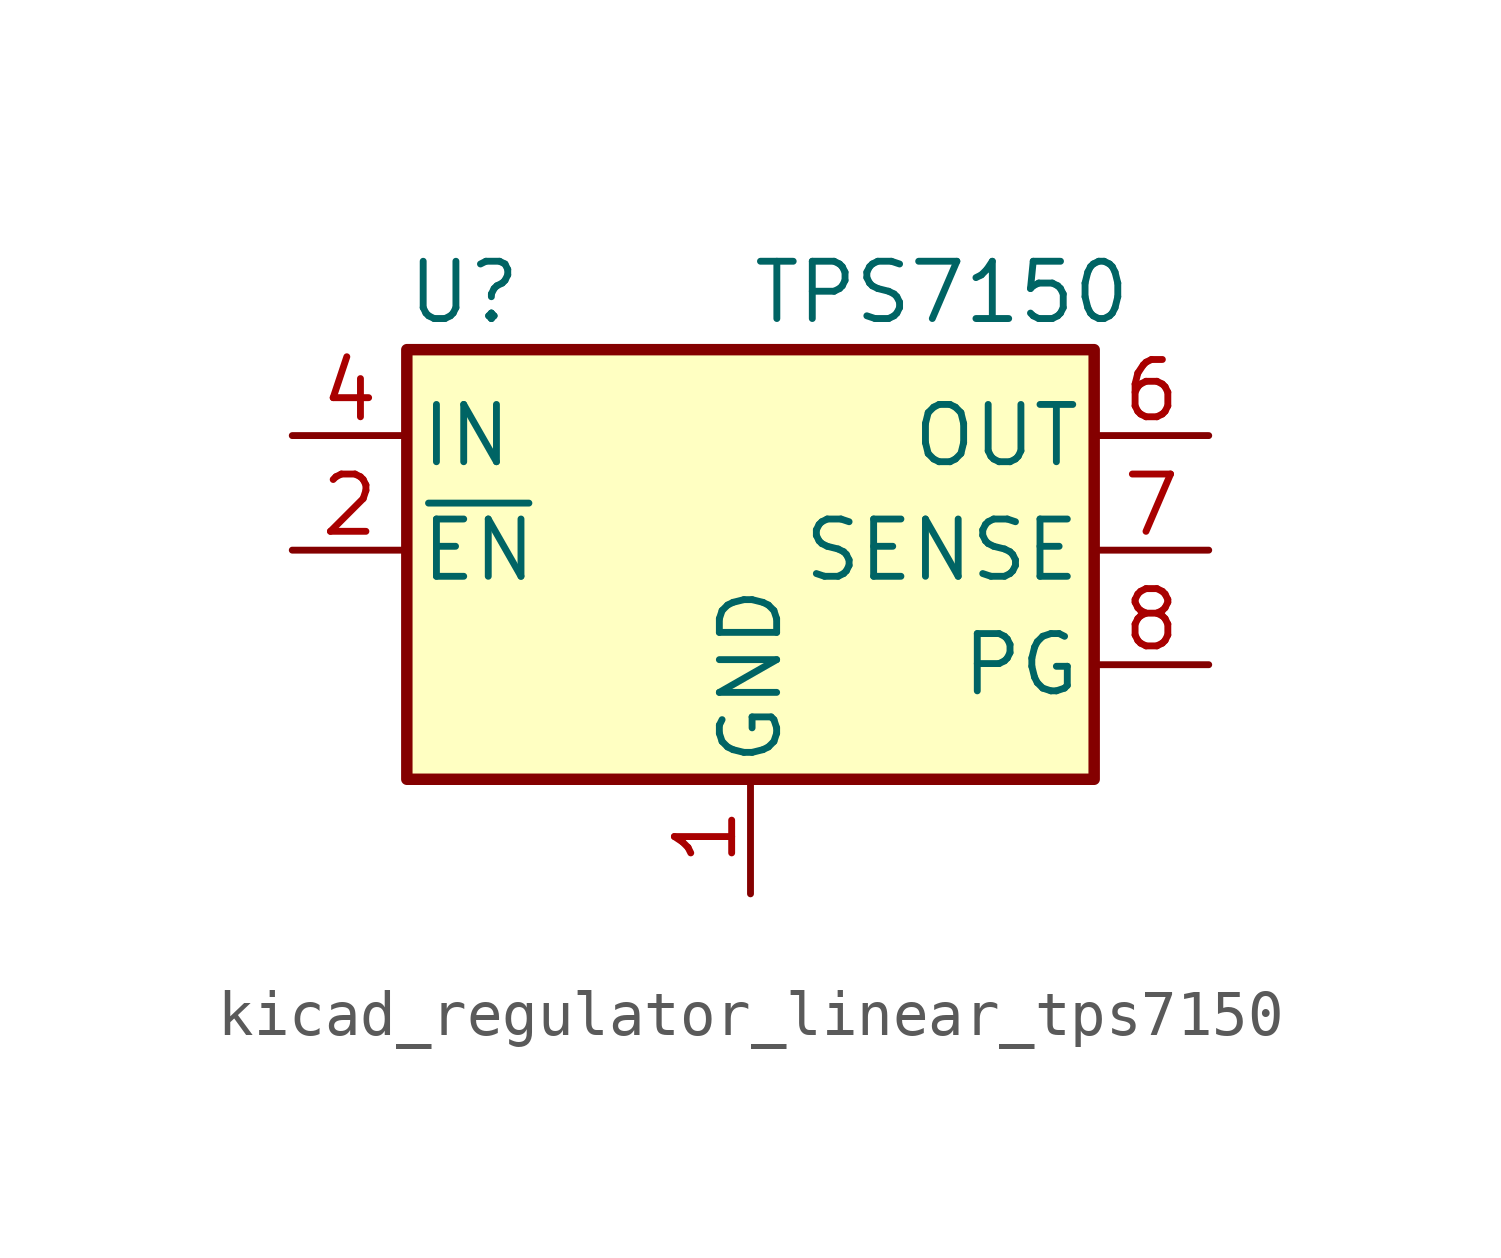
<source format=kicad_sym>
(kicad_symbol_lib
  (version 20220914)
  (generator kicad_symbol_editor)
  (symbol "kicad_regulator_linear_tps7150"
    (pin_names
      (offset 0.254))
    (property "Reference" "U"
      (at -6.35 8.255 0)
      (effects (font (size 1.27 1.27))))
    (property "Value" "TPS7150"
      (at 0 8.255 0)
      (effects (font (size 1.27 1.27)) (justify left)))
    (symbol "kicad_regulator_linear_tps7150_0_1"
      (rectangle (start -7.62 6.985) (end 7.62 -2.54) (stroke (width 0.254) (type default)) (fill (type background))))
    (symbol "kicad_regulator_linear_tps7150_1_1"
      (pin power_in line (at 0 -5.08 90) (length 2.54) (name "GND" (effects (font (size 1.27 1.27)))) (number "1" (effects (font (size 1.27 1.27)))))
      (pin input line (at -10.16 2.54 0) (length 2.54) (name "~{EN}" (effects (font (size 1.27 1.27)))) (number "2" (effects (font (size 1.27 1.27)))))
      (pin passive line (at -10.16 5.08 0) (length 2.54) hide (name "IN" (effects (font (size 1.27 1.27)))) (number "3" (effects (font (size 1.27 1.27)))))
      (pin power_in line (at -10.16 5.08 0) (length 2.54) (name "IN" (effects (font (size 1.27 1.27)))) (number "4" (effects (font (size 1.27 1.27)))))
      (pin passive line (at 10.16 5.08 180) (length 2.54) hide (name "OUT" (effects (font (size 1.27 1.27)))) (number "5" (effects (font (size 1.27 1.27)))))
      (pin power_out line (at 10.16 5.08 180) (length 2.54) (name "OUT" (effects (font (size 1.27 1.27)))) (number "6" (effects (font (size 1.27 1.27)))))
      (pin input line (at 10.16 2.54 180) (length 2.54) (name "SENSE" (effects (font (size 1.27 1.27)))) (number "7" (effects (font (size 1.27 1.27)))))
      (pin output line (at 10.16 0 180) (length 2.54) (name "PG" (effects (font (size 1.27 1.27)))) (number "8" (effects (font (size 1.27 1.27))))))))
</source>
